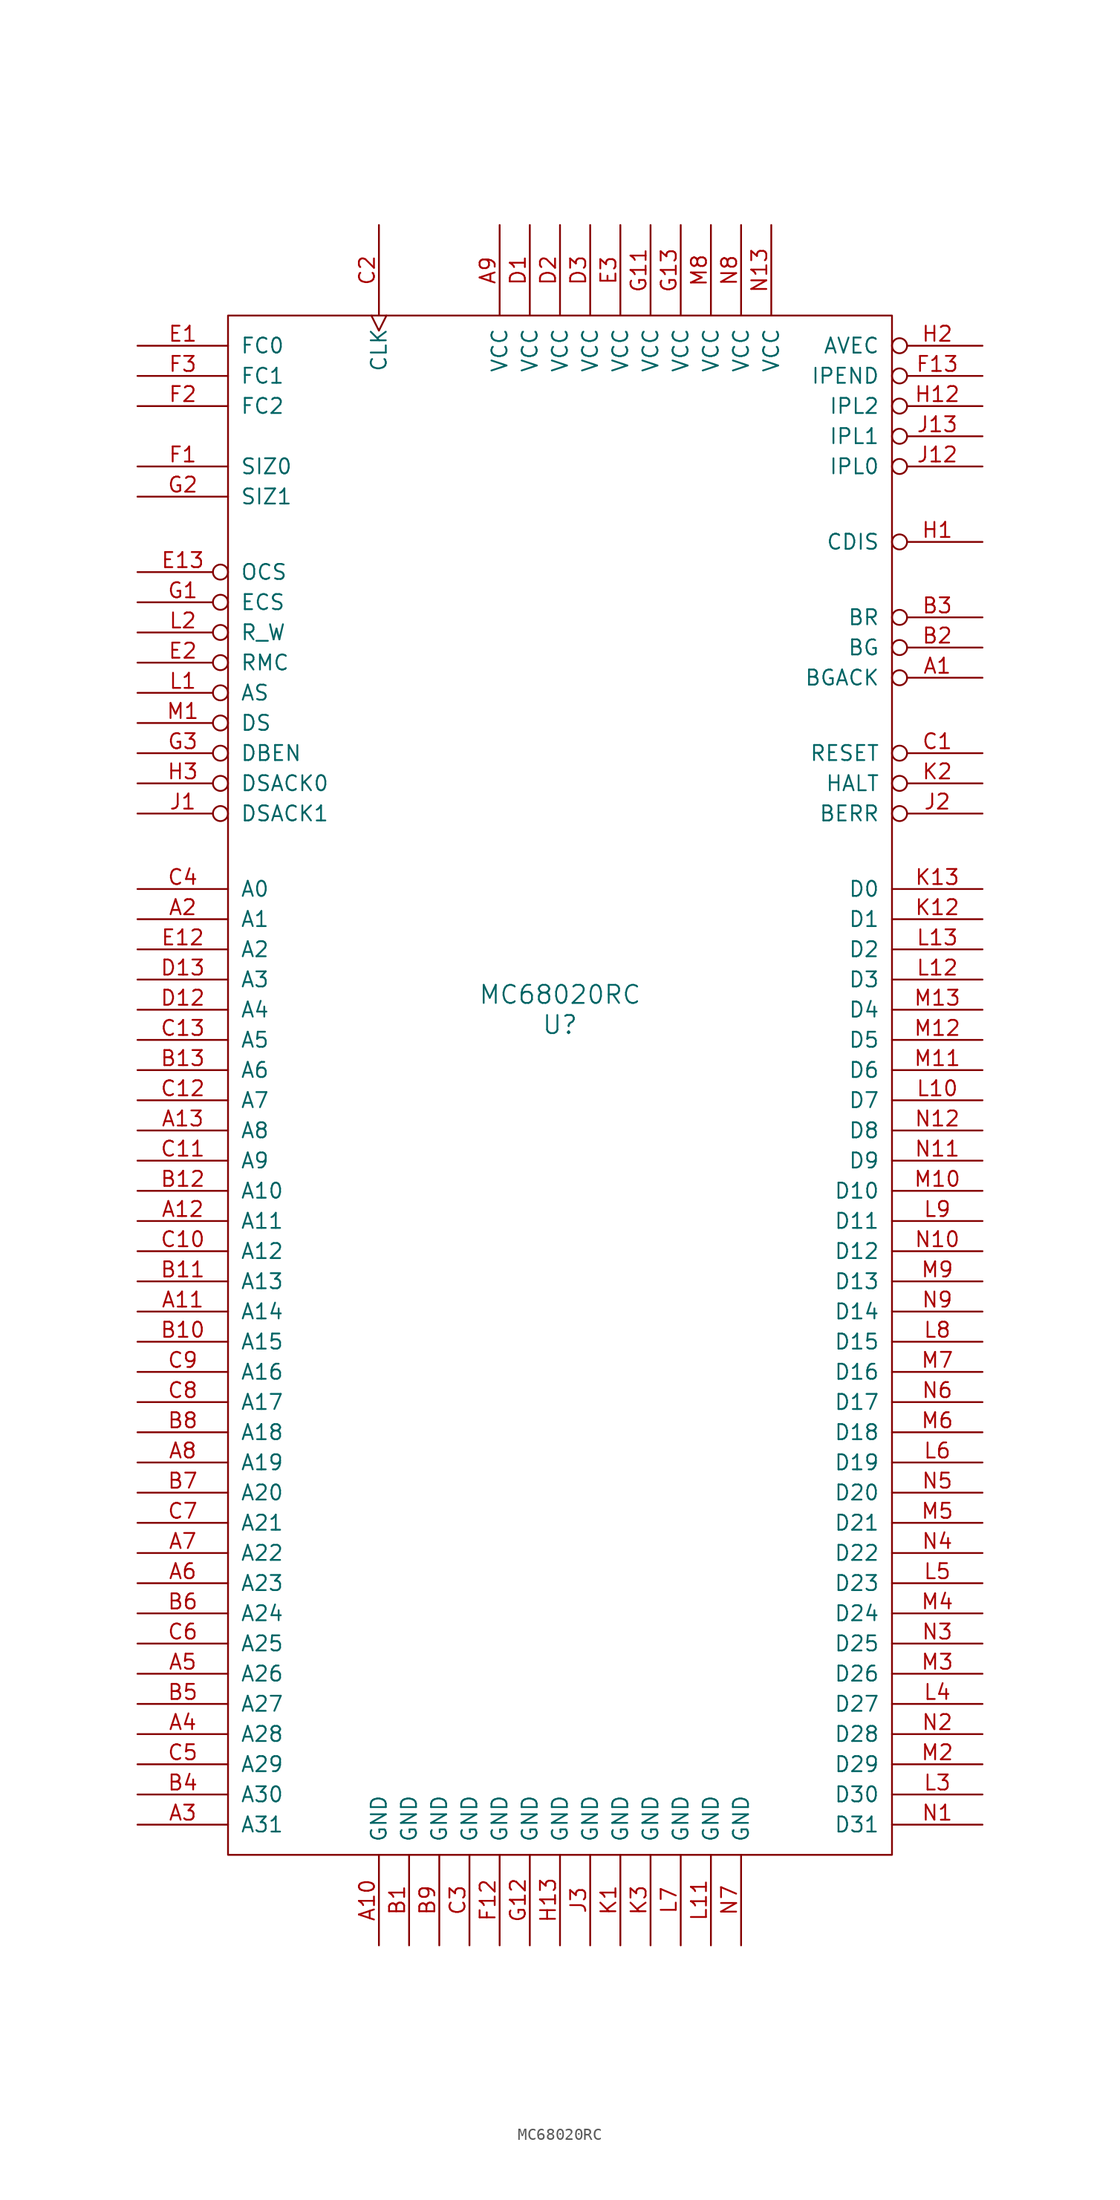
<source format=kicad_sym>
(kicad_symbol_lib
  (version 20211014)
  (generator kicad_symbol_editor)
  (symbol "MC68020RC"
    (pin_names
      (offset 1.016))
    (property "Reference" "U"
      (at 0 0 0)
      (effects (font (size 1.524 1.524))))
    (property "Value" "MC68020RC"
      (at 0 2.54 0)
      (effects (font (size 1.524 1.524))))
    (property "Footprint" ""
      (at 0 0 0)
      (effects (font (size 1.524 1.524))))
    (property "Datasheet" ""
      (at 0 0 0)
      (effects (font (size 1.524 1.524))))
    (symbol "MC68020RC_0_1"
      (rectangle (start -27.94 59.69) (end 27.94 -69.85) (stroke (width 0) (type default) (color 0 0 0 0)) (fill (type none))))
    (symbol "MC68020RC_1_1"
      (pin output inverted (at 35.56 29.21 180) (length 7.62) (name "BGACK" (effects (font (size 1.27 1.27)))) (number "A1" (effects (font (size 1.27 1.27)))))
      (pin passive line (at -15.24 -77.47 90) (length 7.62) (name "GND" (effects (font (size 1.27 1.27)))) (number "A10" (effects (font (size 1.27 1.27)))))
      (pin output line (at -35.56 -24.13 0) (length 7.62) (name "A14" (effects (font (size 1.27 1.27)))) (number "A11" (effects (font (size 1.27 1.27)))))
      (pin output line (at -35.56 -16.51 0) (length 7.62) (name "A11" (effects (font (size 1.27 1.27)))) (number "A12" (effects (font (size 1.27 1.27)))))
      (pin output line (at -35.56 -8.89 0) (length 7.62) (name "A8" (effects (font (size 1.27 1.27)))) (number "A13" (effects (font (size 1.27 1.27)))))
      (pin output line (at -35.56 8.89 0) (length 7.62) (name "A1" (effects (font (size 1.27 1.27)))) (number "A2" (effects (font (size 1.27 1.27)))))
      (pin output line (at -35.56 -67.31 0) (length 7.62) (name "A31" (effects (font (size 1.27 1.27)))) (number "A3" (effects (font (size 1.27 1.27)))))
      (pin output line (at -35.56 -59.69 0) (length 7.62) (name "A28" (effects (font (size 1.27 1.27)))) (number "A4" (effects (font (size 1.27 1.27)))))
      (pin output line (at -35.56 -54.61 0) (length 7.62) (name "A26" (effects (font (size 1.27 1.27)))) (number "A5" (effects (font (size 1.27 1.27)))))
      (pin output line (at -35.56 -46.99 0) (length 7.62) (name "A23" (effects (font (size 1.27 1.27)))) (number "A6" (effects (font (size 1.27 1.27)))))
      (pin output line (at -35.56 -44.45 0) (length 7.62) (name "A22" (effects (font (size 1.27 1.27)))) (number "A7" (effects (font (size 1.27 1.27)))))
      (pin output line (at -35.56 -36.83 0) (length 7.62) (name "A19" (effects (font (size 1.27 1.27)))) (number "A8" (effects (font (size 1.27 1.27)))))
      (pin power_in line (at -5.08 67.31 270) (length 7.62) (name "VCC" (effects (font (size 1.27 1.27)))) (number "A9" (effects (font (size 1.27 1.27)))))
      (pin passive line (at -12.7 -77.47 90) (length 7.62) (name "GND" (effects (font (size 1.27 1.27)))) (number "B1" (effects (font (size 1.27 1.27)))))
      (pin output line (at -35.56 -26.67 0) (length 7.62) (name "A15" (effects (font (size 1.27 1.27)))) (number "B10" (effects (font (size 1.27 1.27)))))
      (pin output line (at -35.56 -21.59 0) (length 7.62) (name "A13" (effects (font (size 1.27 1.27)))) (number "B11" (effects (font (size 1.27 1.27)))))
      (pin output line (at -35.56 -13.97 0) (length 7.62) (name "A10" (effects (font (size 1.27 1.27)))) (number "B12" (effects (font (size 1.27 1.27)))))
      (pin output line (at -35.56 -3.81 0) (length 7.62) (name "A6" (effects (font (size 1.27 1.27)))) (number "B13" (effects (font (size 1.27 1.27)))))
      (pin output inverted (at 35.56 31.75 180) (length 7.62) (name "BG" (effects (font (size 1.27 1.27)))) (number "B2" (effects (font (size 1.27 1.27)))))
      (pin input inverted (at 35.56 34.29 180) (length 7.62) (name "BR" (effects (font (size 1.27 1.27)))) (number "B3" (effects (font (size 1.27 1.27)))))
      (pin output line (at -35.56 -64.77 0) (length 7.62) (name "A30" (effects (font (size 1.27 1.27)))) (number "B4" (effects (font (size 1.27 1.27)))))
      (pin output line (at -35.56 -57.15 0) (length 7.62) (name "A27" (effects (font (size 1.27 1.27)))) (number "B5" (effects (font (size 1.27 1.27)))))
      (pin output line (at -35.56 -49.53 0) (length 7.62) (name "A24" (effects (font (size 1.27 1.27)))) (number "B6" (effects (font (size 1.27 1.27)))))
      (pin output line (at -35.56 -39.37 0) (length 7.62) (name "A20" (effects (font (size 1.27 1.27)))) (number "B7" (effects (font (size 1.27 1.27)))))
      (pin output line (at -35.56 -34.29 0) (length 7.62) (name "A18" (effects (font (size 1.27 1.27)))) (number "B8" (effects (font (size 1.27 1.27)))))
      (pin passive line (at -10.16 -77.47 90) (length 7.62) (name "GND" (effects (font (size 1.27 1.27)))) (number "B9" (effects (font (size 1.27 1.27)))))
      (pin bidirectional inverted (at 35.56 22.86 180) (length 7.62) (name "RESET" (effects (font (size 1.27 1.27)))) (number "C1" (effects (font (size 1.27 1.27)))))
      (pin output line (at -35.56 -19.05 0) (length 7.62) (name "A12" (effects (font (size 1.27 1.27)))) (number "C10" (effects (font (size 1.27 1.27)))))
      (pin output line (at -35.56 -11.43 0) (length 7.62) (name "A9" (effects (font (size 1.27 1.27)))) (number "C11" (effects (font (size 1.27 1.27)))))
      (pin output line (at -35.56 -6.35 0) (length 7.62) (name "A7" (effects (font (size 1.27 1.27)))) (number "C12" (effects (font (size 1.27 1.27)))))
      (pin output line (at -35.56 -1.27 0) (length 7.62) (name "A5" (effects (font (size 1.27 1.27)))) (number "C13" (effects (font (size 1.27 1.27)))))
      (pin input clock (at -15.24 67.31 270) (length 7.62) (name "CLK" (effects (font (size 1.27 1.27)))) (number "C2" (effects (font (size 1.27 1.27)))))
      (pin passive line (at -7.62 -77.47 90) (length 7.62) (name "GND" (effects (font (size 1.27 1.27)))) (number "C3" (effects (font (size 1.27 1.27)))))
      (pin output line (at -35.56 11.43 0) (length 7.62) (name "A0" (effects (font (size 1.27 1.27)))) (number "C4" (effects (font (size 1.27 1.27)))))
      (pin output line (at -35.56 -62.23 0) (length 7.62) (name "A29" (effects (font (size 1.27 1.27)))) (number "C5" (effects (font (size 1.27 1.27)))))
      (pin output line (at -35.56 -52.07 0) (length 7.62) (name "A25" (effects (font (size 1.27 1.27)))) (number "C6" (effects (font (size 1.27 1.27)))))
      (pin output line (at -35.56 -41.91 0) (length 7.62) (name "A21" (effects (font (size 1.27 1.27)))) (number "C7" (effects (font (size 1.27 1.27)))))
      (pin output line (at -35.56 -31.75 0) (length 7.62) (name "A17" (effects (font (size 1.27 1.27)))) (number "C8" (effects (font (size 1.27 1.27)))))
      (pin output line (at -35.56 -29.21 0) (length 7.62) (name "A16" (effects (font (size 1.27 1.27)))) (number "C9" (effects (font (size 1.27 1.27)))))
      (pin power_in line (at -2.54 67.31 270) (length 7.62) (name "VCC" (effects (font (size 1.27 1.27)))) (number "D1" (effects (font (size 1.27 1.27)))))
      (pin output line (at -35.56 1.27 0) (length 7.62) (name "A4" (effects (font (size 1.27 1.27)))) (number "D12" (effects (font (size 1.27 1.27)))))
      (pin output line (at -35.56 3.81 0) (length 7.62) (name "A3" (effects (font (size 1.27 1.27)))) (number "D13" (effects (font (size 1.27 1.27)))))
      (pin power_in line (at 0 67.31 270) (length 7.62) (name "VCC" (effects (font (size 1.27 1.27)))) (number "D2" (effects (font (size 1.27 1.27)))))
      (pin power_in line (at 2.54 67.31 270) (length 7.62) (name "VCC" (effects (font (size 1.27 1.27)))) (number "D3" (effects (font (size 1.27 1.27)))))
      (pin output line (at -35.56 57.15 0) (length 7.62) (name "FC0" (effects (font (size 1.27 1.27)))) (number "E1" (effects (font (size 1.27 1.27)))))
      (pin output line (at -35.56 6.35 0) (length 7.62) (name "A2" (effects (font (size 1.27 1.27)))) (number "E12" (effects (font (size 1.27 1.27)))))
      (pin output inverted (at -35.56 38.1 0) (length 7.62) (name "OCS" (effects (font (size 1.27 1.27)))) (number "E13" (effects (font (size 1.27 1.27)))))
      (pin output inverted (at -35.56 30.48 0) (length 7.62) (name "RMC" (effects (font (size 1.27 1.27)))) (number "E2" (effects (font (size 1.27 1.27)))))
      (pin power_in line (at 5.08 67.31 270) (length 7.62) (name "VCC" (effects (font (size 1.27 1.27)))) (number "E3" (effects (font (size 1.27 1.27)))))
      (pin output line (at -35.56 46.99 0) (length 7.62) (name "SIZ0" (effects (font (size 1.27 1.27)))) (number "F1" (effects (font (size 1.27 1.27)))))
      (pin passive line (at -5.08 -77.47 90) (length 7.62) (name "GND" (effects (font (size 1.27 1.27)))) (number "F12" (effects (font (size 1.27 1.27)))))
      (pin output inverted (at 35.56 54.61 180) (length 7.62) (name "IPEND" (effects (font (size 1.27 1.27)))) (number "F13" (effects (font (size 1.27 1.27)))))
      (pin output line (at -35.56 52.07 0) (length 7.62) (name "FC2" (effects (font (size 1.27 1.27)))) (number "F2" (effects (font (size 1.27 1.27)))))
      (pin output line (at -35.56 54.61 0) (length 7.62) (name "FC1" (effects (font (size 1.27 1.27)))) (number "F3" (effects (font (size 1.27 1.27)))))
      (pin output inverted (at -35.56 35.56 0) (length 7.62) (name "ECS" (effects (font (size 1.27 1.27)))) (number "G1" (effects (font (size 1.27 1.27)))))
      (pin power_in line (at 7.62 67.31 270) (length 7.62) (name "VCC" (effects (font (size 1.27 1.27)))) (number "G11" (effects (font (size 1.27 1.27)))))
      (pin passive line (at -2.54 -77.47 90) (length 7.62) (name "GND" (effects (font (size 1.27 1.27)))) (number "G12" (effects (font (size 1.27 1.27)))))
      (pin power_in line (at 10.16 67.31 270) (length 7.62) (name "VCC" (effects (font (size 1.27 1.27)))) (number "G13" (effects (font (size 1.27 1.27)))))
      (pin output line (at -35.56 44.45 0) (length 7.62) (name "SIZ1" (effects (font (size 1.27 1.27)))) (number "G2" (effects (font (size 1.27 1.27)))))
      (pin output inverted (at -35.56 22.86 0) (length 7.62) (name "DBEN" (effects (font (size 1.27 1.27)))) (number "G3" (effects (font (size 1.27 1.27)))))
      (pin input inverted (at 35.56 40.64 180) (length 7.62) (name "CDIS" (effects (font (size 1.27 1.27)))) (number "H1" (effects (font (size 1.27 1.27)))))
      (pin input inverted (at 35.56 52.07 180) (length 7.62) (name "IPL2" (effects (font (size 1.27 1.27)))) (number "H12" (effects (font (size 1.27 1.27)))))
      (pin passive line (at 0 -77.47 90) (length 7.62) (name "GND" (effects (font (size 1.27 1.27)))) (number "H13" (effects (font (size 1.27 1.27)))))
      (pin input inverted (at 35.56 57.15 180) (length 7.62) (name "AVEC" (effects (font (size 1.27 1.27)))) (number "H2" (effects (font (size 1.27 1.27)))))
      (pin input inverted (at -35.56 20.32 0) (length 7.62) (name "DSACK0" (effects (font (size 1.27 1.27)))) (number "H3" (effects (font (size 1.27 1.27)))))
      (pin input inverted (at -35.56 17.78 0) (length 7.62) (name "DSACK1" (effects (font (size 1.27 1.27)))) (number "J1" (effects (font (size 1.27 1.27)))))
      (pin input inverted (at 35.56 46.99 180) (length 7.62) (name "IPL0" (effects (font (size 1.27 1.27)))) (number "J12" (effects (font (size 1.27 1.27)))))
      (pin input inverted (at 35.56 49.53 180) (length 7.62) (name "IPL1" (effects (font (size 1.27 1.27)))) (number "J13" (effects (font (size 1.27 1.27)))))
      (pin input inverted (at 35.56 17.78 180) (length 7.62) (name "BERR" (effects (font (size 1.27 1.27)))) (number "J2" (effects (font (size 1.27 1.27)))))
      (pin passive line (at 2.54 -77.47 90) (length 7.62) (name "GND" (effects (font (size 1.27 1.27)))) (number "J3" (effects (font (size 1.27 1.27)))))
      (pin passive line (at 5.08 -77.47 90) (length 7.62) (name "GND" (effects (font (size 1.27 1.27)))) (number "K1" (effects (font (size 1.27 1.27)))))
      (pin input line (at 35.56 8.89 180) (length 7.62) (name "D1" (effects (font (size 1.27 1.27)))) (number "K12" (effects (font (size 1.27 1.27)))))
      (pin input line (at 35.56 11.43 180) (length 7.62) (name "D0" (effects (font (size 1.27 1.27)))) (number "K13" (effects (font (size 1.27 1.27)))))
      (pin bidirectional inverted (at 35.56 20.32 180) (length 7.62) (name "HALT" (effects (font (size 1.27 1.27)))) (number "K2" (effects (font (size 1.27 1.27)))))
      (pin passive line (at 7.62 -77.47 90) (length 7.62) (name "GND" (effects (font (size 1.27 1.27)))) (number "K3" (effects (font (size 1.27 1.27)))))
      (pin output inverted (at -35.56 27.94 0) (length 7.62) (name "AS" (effects (font (size 1.27 1.27)))) (number "L1" (effects (font (size 1.27 1.27)))))
      (pin input line (at 35.56 -6.35 180) (length 7.62) (name "D7" (effects (font (size 1.27 1.27)))) (number "L10" (effects (font (size 1.27 1.27)))))
      (pin passive line (at 12.7 -77.47 90) (length 7.62) (name "GND" (effects (font (size 1.27 1.27)))) (number "L11" (effects (font (size 1.27 1.27)))))
      (pin input line (at 35.56 3.81 180) (length 7.62) (name "D3" (effects (font (size 1.27 1.27)))) (number "L12" (effects (font (size 1.27 1.27)))))
      (pin input line (at 35.56 6.35 180) (length 7.62) (name "D2" (effects (font (size 1.27 1.27)))) (number "L13" (effects (font (size 1.27 1.27)))))
      (pin output inverted (at -35.56 33.02 0) (length 7.62) (name "R_W" (effects (font (size 1.27 1.27)))) (number "L2" (effects (font (size 1.27 1.27)))))
      (pin input line (at 35.56 -64.77 180) (length 7.62) (name "D30" (effects (font (size 1.27 1.27)))) (number "L3" (effects (font (size 1.27 1.27)))))
      (pin bidirectional line (at 35.56 -57.15 180) (length 7.62) (name "D27" (effects (font (size 1.27 1.27)))) (number "L4" (effects (font (size 1.27 1.27)))))
      (pin input line (at 35.56 -46.99 180) (length 7.62) (name "D23" (effects (font (size 1.27 1.27)))) (number "L5" (effects (font (size 1.27 1.27)))))
      (pin input line (at 35.56 -36.83 180) (length 7.62) (name "D19" (effects (font (size 1.27 1.27)))) (number "L6" (effects (font (size 1.27 1.27)))))
      (pin passive line (at 10.16 -77.47 90) (length 7.62) (name "GND" (effects (font (size 1.27 1.27)))) (number "L7" (effects (font (size 1.27 1.27)))))
      (pin input line (at 35.56 -26.67 180) (length 7.62) (name "D15" (effects (font (size 1.27 1.27)))) (number "L8" (effects (font (size 1.27 1.27)))))
      (pin input line (at 35.56 -16.51 180) (length 7.62) (name "D11" (effects (font (size 1.27 1.27)))) (number "L9" (effects (font (size 1.27 1.27)))))
      (pin output inverted (at -35.56 25.4 0) (length 7.62) (name "DS" (effects (font (size 1.27 1.27)))) (number "M1" (effects (font (size 1.27 1.27)))))
      (pin input line (at 35.56 -13.97 180) (length 7.62) (name "D10" (effects (font (size 1.27 1.27)))) (number "M10" (effects (font (size 1.27 1.27)))))
      (pin input line (at 35.56 -3.81 180) (length 7.62) (name "D6" (effects (font (size 1.27 1.27)))) (number "M11" (effects (font (size 1.27 1.27)))))
      (pin input line (at 35.56 -1.27 180) (length 7.62) (name "D5" (effects (font (size 1.27 1.27)))) (number "M12" (effects (font (size 1.27 1.27)))))
      (pin input line (at 35.56 1.27 180) (length 7.62) (name "D4" (effects (font (size 1.27 1.27)))) (number "M13" (effects (font (size 1.27 1.27)))))
      (pin input line (at 35.56 -62.23 180) (length 7.62) (name "D29" (effects (font (size 1.27 1.27)))) (number "M2" (effects (font (size 1.27 1.27)))))
      (pin bidirectional line (at 35.56 -54.61 180) (length 7.62) (name "D26" (effects (font (size 1.27 1.27)))) (number "M3" (effects (font (size 1.27 1.27)))))
      (pin input line (at 35.56 -49.53 180) (length 7.62) (name "D24" (effects (font (size 1.27 1.27)))) (number "M4" (effects (font (size 1.27 1.27)))))
      (pin input line (at 35.56 -41.91 180) (length 7.62) (name "D21" (effects (font (size 1.27 1.27)))) (number "M5" (effects (font (size 1.27 1.27)))))
      (pin input line (at 35.56 -34.29 180) (length 7.62) (name "D18" (effects (font (size 1.27 1.27)))) (number "M6" (effects (font (size 1.27 1.27)))))
      (pin input line (at 35.56 -29.21 180) (length 7.62) (name "D16" (effects (font (size 1.27 1.27)))) (number "M7" (effects (font (size 1.27 1.27)))))
      (pin power_in line (at 12.7 67.31 270) (length 7.62) (name "VCC" (effects (font (size 1.27 1.27)))) (number "M8" (effects (font (size 1.27 1.27)))))
      (pin input line (at 35.56 -21.59 180) (length 7.62) (name "D13" (effects (font (size 1.27 1.27)))) (number "M9" (effects (font (size 1.27 1.27)))))
      (pin input line (at 35.56 -67.31 180) (length 7.62) (name "D31" (effects (font (size 1.27 1.27)))) (number "N1" (effects (font (size 1.27 1.27)))))
      (pin input line (at 35.56 -19.05 180) (length 7.62) (name "D12" (effects (font (size 1.27 1.27)))) (number "N10" (effects (font (size 1.27 1.27)))))
      (pin input line (at 35.56 -11.43 180) (length 7.62) (name "D9" (effects (font (size 1.27 1.27)))) (number "N11" (effects (font (size 1.27 1.27)))))
      (pin input line (at 35.56 -8.89 180) (length 7.62) (name "D8" (effects (font (size 1.27 1.27)))) (number "N12" (effects (font (size 1.27 1.27)))))
      (pin power_in line (at 17.78 67.31 270) (length 7.62) (name "VCC" (effects (font (size 1.27 1.27)))) (number "N13" (effects (font (size 1.27 1.27)))))
      (pin input line (at 35.56 -59.69 180) (length 7.62) (name "D28" (effects (font (size 1.27 1.27)))) (number "N2" (effects (font (size 1.27 1.27)))))
      (pin input line (at 35.56 -52.07 180) (length 7.62) (name "D25" (effects (font (size 1.27 1.27)))) (number "N3" (effects (font (size 1.27 1.27)))))
      (pin input line (at 35.56 -44.45 180) (length 7.62) (name "D22" (effects (font (size 1.27 1.27)))) (number "N4" (effects (font (size 1.27 1.27)))))
      (pin input line (at 35.56 -39.37 180) (length 7.62) (name "D20" (effects (font (size 1.27 1.27)))) (number "N5" (effects (font (size 1.27 1.27)))))
      (pin input line (at 35.56 -31.75 180) (length 7.62) (name "D17" (effects (font (size 1.27 1.27)))) (number "N6" (effects (font (size 1.27 1.27)))))
      (pin passive line (at 15.24 -77.47 90) (length 7.62) (name "GND" (effects (font (size 1.27 1.27)))) (number "N7" (effects (font (size 1.27 1.27)))))
      (pin power_in line (at 15.24 67.31 270) (length 7.62) (name "VCC" (effects (font (size 1.27 1.27)))) (number "N8" (effects (font (size 1.27 1.27)))))
      (pin input line (at 35.56 -24.13 180) (length 7.62) (name "D14" (effects (font (size 1.27 1.27)))) (number "N9" (effects (font (size 1.27 1.27))))))))
</source>
